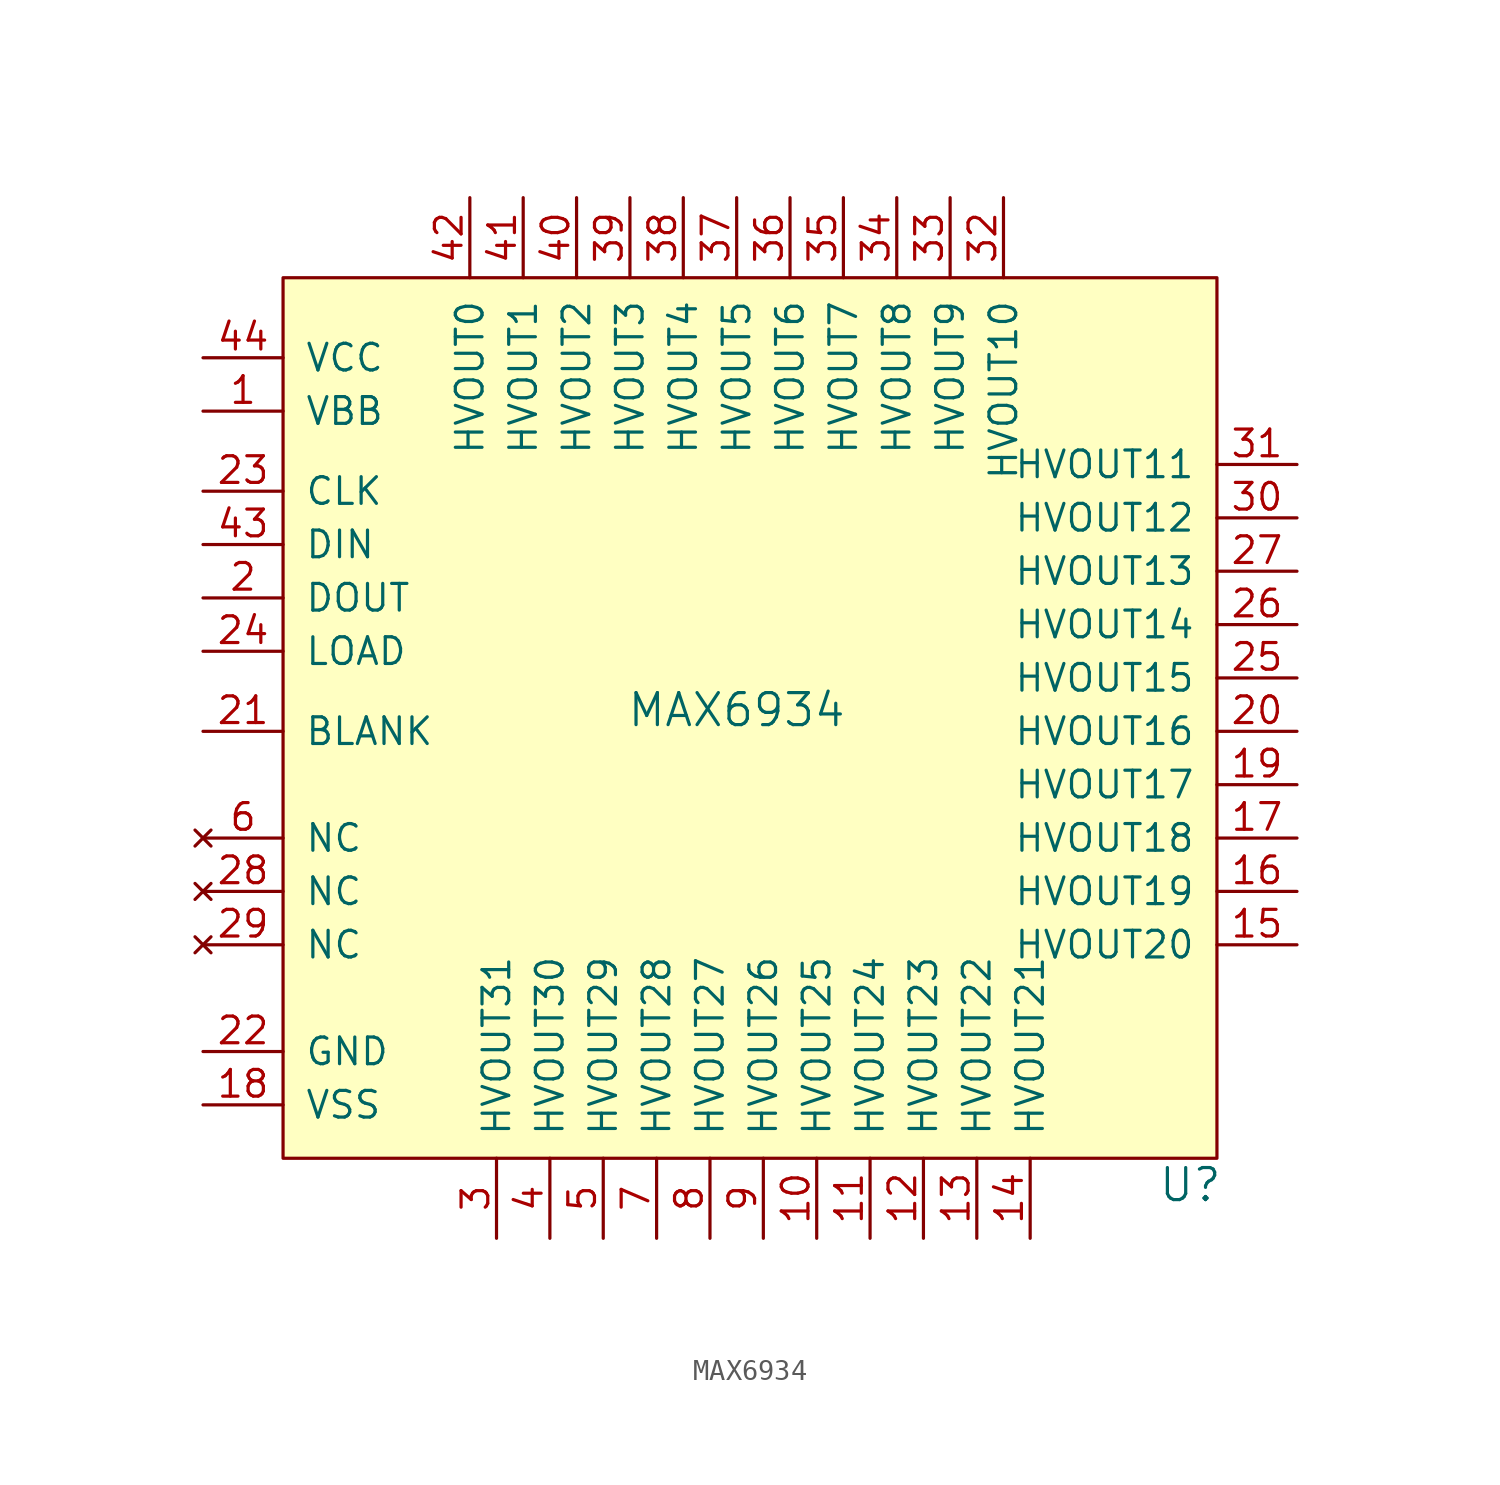
<source format=kicad_sym>
(kicad_symbol_lib
  (version 20231120)
  (generator "kicad_symbol_editor")
  (generator_version "8.0")
  (symbol "MAX6934"
    (pin_names
      (offset 1.016))
    (property "Reference" "U"
      (at 20.32 -22.86 0)
      (effects (font (size 1.524 1.524))))
    (property "Value" "MAX6934"
      (at -1.27 -0.254 0)
      (effects (font (size 1.524 1.524))))
    (property "Footprint" ""
      (at -1.27 11.43 90)
      (effects (font (size 1.524 1.524))))
    (property "Datasheet" ""
      (at -1.27 11.43 90)
      (effects (font (size 1.524 1.524))))
    (symbol "MAX6934_0_1"
      (rectangle (start -22.86 -21.59) (end 21.59 20.32) (stroke (width 0) (type solid)) (fill (type background))))
    (symbol "MAX6934_1_1"
      (pin power_in line (at -26.67 13.97 0) (length 3.81) (name "VBB" (effects (font (size 1.27 1.27)))) (number "1" (effects (font (size 1.27 1.27)))))
      (pin output line (at 2.54 -25.4 90) (length 3.81) (name "HVOUT25" (effects (font (size 1.27 1.27)))) (number "10" (effects (font (size 1.27 1.27)))))
      (pin output line (at 5.08 -25.4 90) (length 3.81) (name "HVOUT24" (effects (font (size 1.27 1.27)))) (number "11" (effects (font (size 1.27 1.27)))))
      (pin output line (at 7.62 -25.4 90) (length 3.81) (name "HVOUT23" (effects (font (size 1.27 1.27)))) (number "12" (effects (font (size 1.27 1.27)))))
      (pin output line (at 10.16 -25.4 90) (length 3.81) (name "HVOUT22" (effects (font (size 1.27 1.27)))) (number "13" (effects (font (size 1.27 1.27)))))
      (pin output line (at 12.7 -25.4 90) (length 3.81) (name "HVOUT21" (effects (font (size 1.27 1.27)))) (number "14" (effects (font (size 1.27 1.27)))))
      (pin output line (at 25.4 -11.43 180) (length 3.81) (name "HVOUT20" (effects (font (size 1.27 1.27)))) (number "15" (effects (font (size 1.27 1.27)))))
      (pin output line (at 25.4 -8.89 180) (length 3.81) (name "HVOUT19" (effects (font (size 1.27 1.27)))) (number "16" (effects (font (size 1.27 1.27)))))
      (pin output line (at 25.4 -6.35 180) (length 3.81) (name "HVOUT18" (effects (font (size 1.27 1.27)))) (number "17" (effects (font (size 1.27 1.27)))))
      (pin power_in line (at -26.67 -19.05 0) (length 3.81) (name "VSS" (effects (font (size 1.27 1.27)))) (number "18" (effects (font (size 1.27 1.27)))))
      (pin output line (at 25.4 -3.81 180) (length 3.81) (name "HVOUT17" (effects (font (size 1.27 1.27)))) (number "19" (effects (font (size 1.27 1.27)))))
      (pin output line (at -26.67 5.08 0) (length 3.81) (name "DOUT" (effects (font (size 1.27 1.27)))) (number "2" (effects (font (size 1.27 1.27)))))
      (pin output line (at 25.4 -1.27 180) (length 3.81) (name "HVOUT16" (effects (font (size 1.27 1.27)))) (number "20" (effects (font (size 1.27 1.27)))))
      (pin input line (at -26.67 -1.27 0) (length 3.81) (name "BLANK" (effects (font (size 1.27 1.27)))) (number "21" (effects (font (size 1.27 1.27)))))
      (pin power_in line (at -26.67 -16.51 0) (length 3.81) (name "GND" (effects (font (size 1.27 1.27)))) (number "22" (effects (font (size 1.27 1.27)))))
      (pin input line (at -26.67 10.16 0) (length 3.81) (name "CLK" (effects (font (size 1.27 1.27)))) (number "23" (effects (font (size 1.27 1.27)))))
      (pin input line (at -26.67 2.54 0) (length 3.81) (name "LOAD" (effects (font (size 1.27 1.27)))) (number "24" (effects (font (size 1.27 1.27)))))
      (pin output line (at 25.4 1.27 180) (length 3.81) (name "HVOUT15" (effects (font (size 1.27 1.27)))) (number "25" (effects (font (size 1.27 1.27)))))
      (pin output line (at 25.4 3.81 180) (length 3.81) (name "HVOUT14" (effects (font (size 1.27 1.27)))) (number "26" (effects (font (size 1.27 1.27)))))
      (pin output line (at 25.4 6.35 180) (length 3.81) (name "HVOUT13" (effects (font (size 1.27 1.27)))) (number "27" (effects (font (size 1.27 1.27)))))
      (pin no_connect line (at -26.67 -8.89 0) (length 3.81) (name "NC" (effects (font (size 1.27 1.27)))) (number "28" (effects (font (size 1.27 1.27)))))
      (pin no_connect line (at -26.67 -11.43 0) (length 3.81) (name "NC" (effects (font (size 1.27 1.27)))) (number "29" (effects (font (size 1.27 1.27)))))
      (pin output line (at -12.7 -25.4 90) (length 3.81) (name "HVOUT31" (effects (font (size 1.27 1.27)))) (number "3" (effects (font (size 1.27 1.27)))))
      (pin output line (at 25.4 8.89 180) (length 3.81) (name "HVOUT12" (effects (font (size 1.27 1.27)))) (number "30" (effects (font (size 1.27 1.27)))))
      (pin output line (at 25.4 11.43 180) (length 3.81) (name "HVOUT11" (effects (font (size 1.27 1.27)))) (number "31" (effects (font (size 1.27 1.27)))))
      (pin output line (at 11.43 24.13 270) (length 3.81) (name "HVOUT10" (effects (font (size 1.27 1.27)))) (number "32" (effects (font (size 1.27 1.27)))))
      (pin output line (at 8.89 24.13 270) (length 3.81) (name "HVOUT9" (effects (font (size 1.27 1.27)))) (number "33" (effects (font (size 1.27 1.27)))))
      (pin output line (at 6.35 24.13 270) (length 3.81) (name "HVOUT8" (effects (font (size 1.27 1.27)))) (number "34" (effects (font (size 1.27 1.27)))))
      (pin output line (at 3.81 24.13 270) (length 3.81) (name "HVOUT7" (effects (font (size 1.27 1.27)))) (number "35" (effects (font (size 1.27 1.27)))))
      (pin output line (at 1.27 24.13 270) (length 3.81) (name "HVOUT6" (effects (font (size 1.27 1.27)))) (number "36" (effects (font (size 1.27 1.27)))))
      (pin output line (at -1.27 24.13 270) (length 3.81) (name "HVOUT5" (effects (font (size 1.27 1.27)))) (number "37" (effects (font (size 1.27 1.27)))))
      (pin output line (at -3.81 24.13 270) (length 3.81) (name "HVOUT4" (effects (font (size 1.27 1.27)))) (number "38" (effects (font (size 1.27 1.27)))))
      (pin output line (at -6.35 24.13 270) (length 3.81) (name "HVOUT3" (effects (font (size 1.27 1.27)))) (number "39" (effects (font (size 1.27 1.27)))))
      (pin output line (at -10.16 -25.4 90) (length 3.81) (name "HVOUT30" (effects (font (size 1.27 1.27)))) (number "4" (effects (font (size 1.27 1.27)))))
      (pin output line (at -8.89 24.13 270) (length 3.81) (name "HVOUT2" (effects (font (size 1.27 1.27)))) (number "40" (effects (font (size 1.27 1.27)))))
      (pin output line (at -11.43 24.13 270) (length 3.81) (name "HVOUT1" (effects (font (size 1.27 1.27)))) (number "41" (effects (font (size 1.27 1.27)))))
      (pin output line (at -13.97 24.13 270) (length 3.81) (name "HVOUT0" (effects (font (size 1.27 1.27)))) (number "42" (effects (font (size 1.27 1.27)))))
      (pin input line (at -26.67 7.62 0) (length 3.81) (name "DIN" (effects (font (size 1.27 1.27)))) (number "43" (effects (font (size 1.27 1.27)))))
      (pin power_in line (at -26.67 16.51 0) (length 3.81) (name "VCC" (effects (font (size 1.27 1.27)))) (number "44" (effects (font (size 1.27 1.27)))))
      (pin output line (at -7.62 -25.4 90) (length 3.81) (name "HVOUT29" (effects (font (size 1.27 1.27)))) (number "5" (effects (font (size 1.27 1.27)))))
      (pin no_connect line (at -26.67 -6.35 0) (length 3.81) (name "NC" (effects (font (size 1.27 1.27)))) (number "6" (effects (font (size 1.27 1.27)))))
      (pin output line (at -5.08 -25.4 90) (length 3.81) (name "HVOUT28" (effects (font (size 1.27 1.27)))) (number "7" (effects (font (size 1.27 1.27)))))
      (pin output line (at -2.54 -25.4 90) (length 3.81) (name "HVOUT27" (effects (font (size 1.27 1.27)))) (number "8" (effects (font (size 1.27 1.27)))))
      (pin output line (at 0 -25.4 90) (length 3.81) (name "HVOUT26" (effects (font (size 1.27 1.27)))) (number "9" (effects (font (size 1.27 1.27))))))))
</source>
